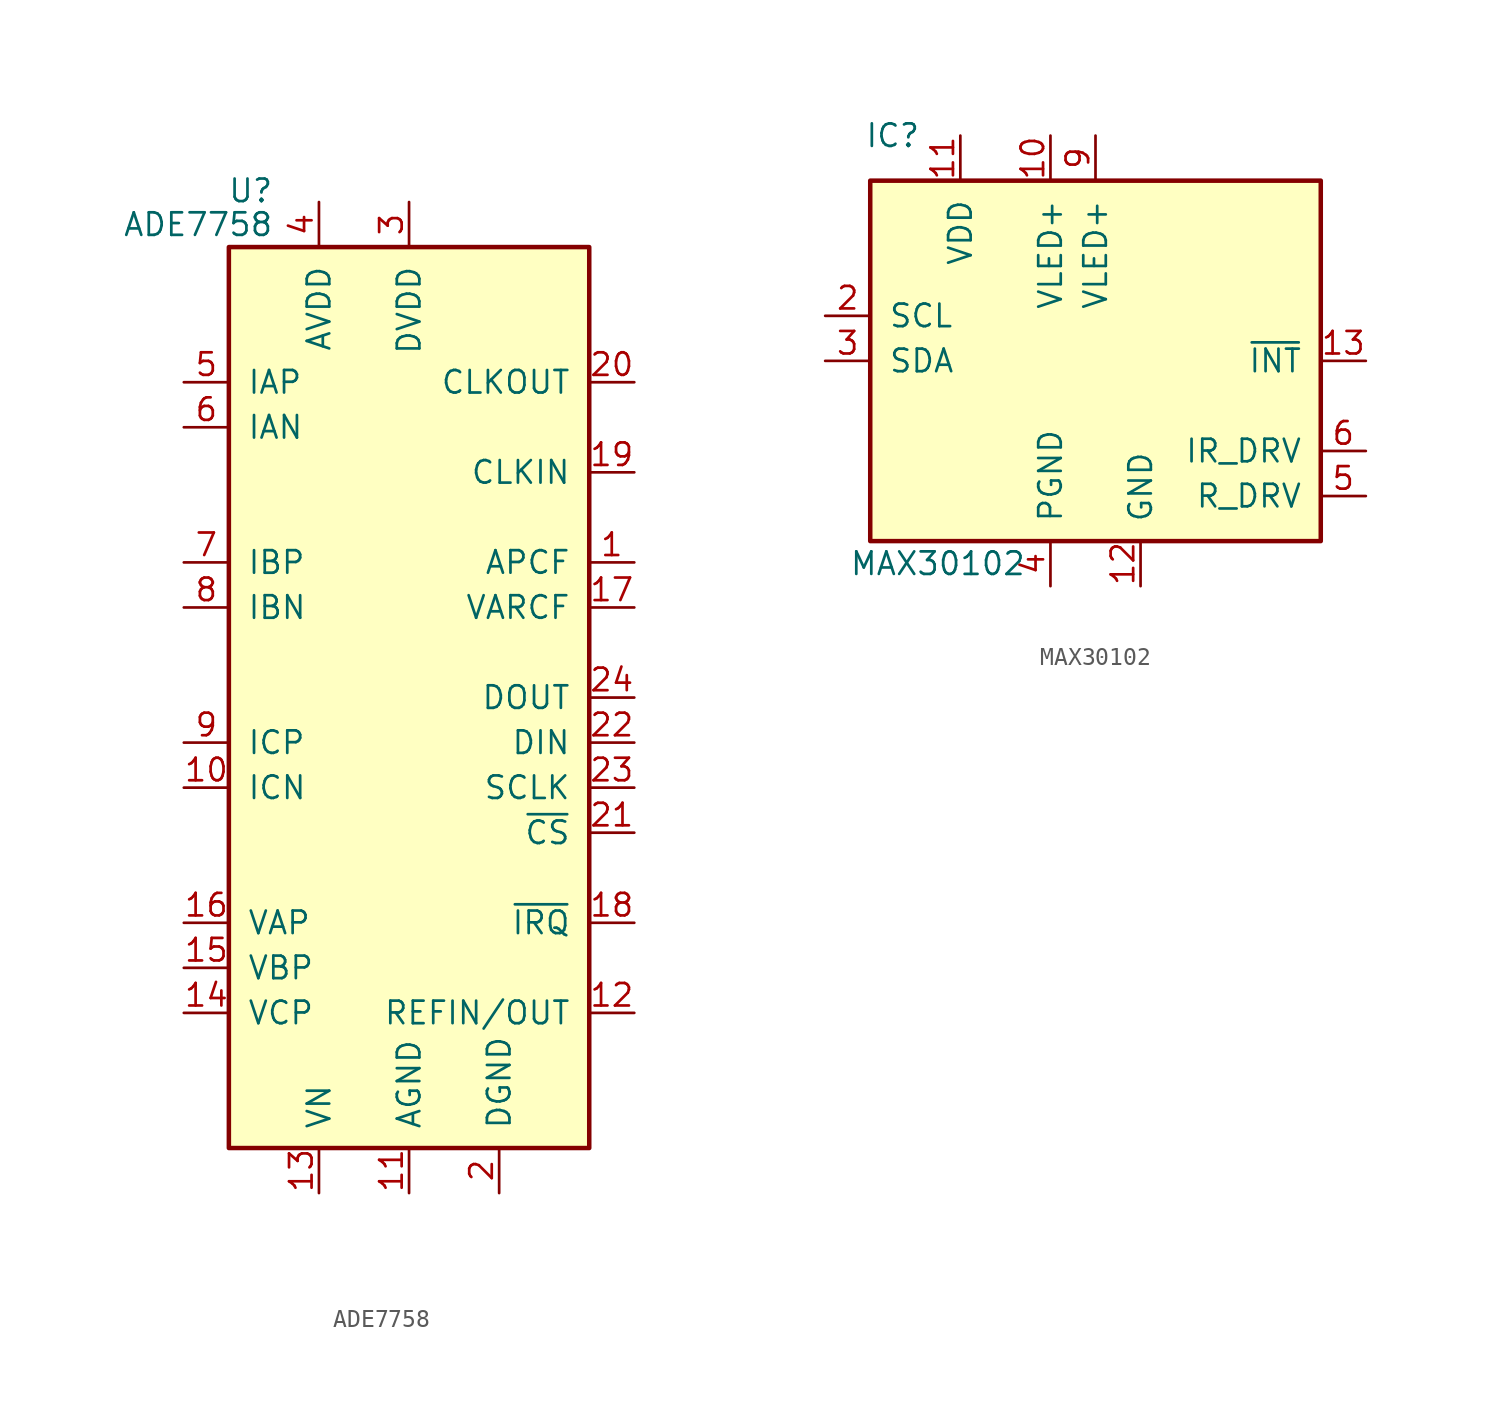
<source format=kicad_sym>
(kicad_symbol_lib
  (version 20211014)
  (generator kicad_symbol_editor)
  (symbol "ADE7758"
    (pin_names
      (offset 1.016))
    (property "Reference" "U"
      (at -7.62 28.575 0)
      (effects (font (size 1.27 1.27)) (justify right)))
    (property "Value" "ADE7758"
      (at -7.62 26.67 0)
      (effects (font (size 1.27 1.27)) (justify right)))
    (symbol "ADE7758_0_1"
      (rectangle (start 10.16 -25.4) (end -10.16 25.4) (stroke (width 0.254) (type default) (color 0 0 0 0)) (fill (type background))))
    (symbol "ADE7758_1_1"
      (pin output line (at 12.7 7.62 180) (length 2.54) (name "APCF" (effects (font (size 1.27 1.27)))) (number "1" (effects (font (size 1.27 1.27)))))
      (pin input line (at -12.7 -5.08 0) (length 2.54) (name "ICN" (effects (font (size 1.27 1.27)))) (number "10" (effects (font (size 1.27 1.27)))))
      (pin power_in line (at 0 -27.94 90) (length 2.54) (name "AGND" (effects (font (size 1.27 1.27)))) (number "11" (effects (font (size 1.27 1.27)))))
      (pin input line (at 12.7 -17.78 180) (length 2.54) (name "REFIN/OUT" (effects (font (size 1.27 1.27)))) (number "12" (effects (font (size 1.27 1.27)))))
      (pin power_in line (at -5.08 -27.94 90) (length 2.54) (name "VN" (effects (font (size 1.27 1.27)))) (number "13" (effects (font (size 1.27 1.27)))))
      (pin input line (at -12.7 -17.78 0) (length 2.54) (name "VCP" (effects (font (size 1.27 1.27)))) (number "14" (effects (font (size 1.27 1.27)))))
      (pin input line (at -12.7 -15.24 0) (length 2.54) (name "VBP" (effects (font (size 1.27 1.27)))) (number "15" (effects (font (size 1.27 1.27)))))
      (pin input line (at -12.7 -12.7 0) (length 2.54) (name "VAP" (effects (font (size 1.27 1.27)))) (number "16" (effects (font (size 1.27 1.27)))))
      (pin output line (at 12.7 5.08 180) (length 2.54) (name "VARCF" (effects (font (size 1.27 1.27)))) (number "17" (effects (font (size 1.27 1.27)))))
      (pin open_collector line (at 12.7 -12.7 180) (length 2.54) (name "~{IRQ}" (effects (font (size 1.27 1.27)))) (number "18" (effects (font (size 1.27 1.27)))))
      (pin input line (at 12.7 12.7 180) (length 2.54) (name "CLKIN" (effects (font (size 1.27 1.27)))) (number "19" (effects (font (size 1.27 1.27)))))
      (pin power_in line (at 5.08 -27.94 90) (length 2.54) (name "DGND" (effects (font (size 1.27 1.27)))) (number "2" (effects (font (size 1.27 1.27)))))
      (pin output line (at 12.7 17.78 180) (length 2.54) (name "CLKOUT" (effects (font (size 1.27 1.27)))) (number "20" (effects (font (size 1.27 1.27)))))
      (pin input line (at 12.7 -7.62 180) (length 2.54) (name "~{CS}" (effects (font (size 1.27 1.27)))) (number "21" (effects (font (size 1.27 1.27)))))
      (pin input line (at 12.7 -2.54 180) (length 2.54) (name "DIN" (effects (font (size 1.27 1.27)))) (number "22" (effects (font (size 1.27 1.27)))))
      (pin input line (at 12.7 -5.08 180) (length 2.54) (name "SCLK" (effects (font (size 1.27 1.27)))) (number "23" (effects (font (size 1.27 1.27)))))
      (pin output line (at 12.7 0 180) (length 2.54) (name "DOUT" (effects (font (size 1.27 1.27)))) (number "24" (effects (font (size 1.27 1.27)))))
      (pin power_in line (at 0 27.94 270) (length 2.54) (name "DVDD" (effects (font (size 1.27 1.27)))) (number "3" (effects (font (size 1.27 1.27)))))
      (pin power_in line (at -5.08 27.94 270) (length 2.54) (name "AVDD" (effects (font (size 1.27 1.27)))) (number "4" (effects (font (size 1.27 1.27)))))
      (pin input line (at -12.7 17.78 0) (length 2.54) (name "IAP" (effects (font (size 1.27 1.27)))) (number "5" (effects (font (size 1.27 1.27)))))
      (pin input line (at -12.7 15.24 0) (length 2.54) (name "IAN" (effects (font (size 1.27 1.27)))) (number "6" (effects (font (size 1.27 1.27)))))
      (pin input line (at -12.7 7.62 0) (length 2.54) (name "IBP" (effects (font (size 1.27 1.27)))) (number "7" (effects (font (size 1.27 1.27)))))
      (pin input line (at -12.7 5.08 0) (length 2.54) (name "IBN" (effects (font (size 1.27 1.27)))) (number "8" (effects (font (size 1.27 1.27)))))
      (pin input line (at -12.7 -2.54 0) (length 2.54) (name "ICP" (effects (font (size 1.27 1.27)))) (number "9" (effects (font (size 1.27 1.27)))))))
  (symbol "MAX30102"
    (pin_names
      (offset 1.016))
    (property "Reference" "IC"
      (at -11.43 12.7 0)
      (effects (font (size 1.27 1.27))))
    (property "Value" "MAX30102"
      (at -8.89 -11.43 0)
      (effects (font (size 1.27 1.27))))
    (symbol "MAX30102_0_1"
      (rectangle (start -12.7 10.16) (end 12.7 -10.16) (stroke (width 0.254) (type default) (color 0 0 0 0)) (fill (type background))))
    (symbol "MAX30102_1_1"
      (pin no_connect line (at 10.16 10.16 180) (length 2.54) hide (name "NC" (effects (font (size 1.27 1.27)))) (number "1" (effects (font (size 1.27 1.27)))))
      (pin power_in line (at -2.54 12.7 270) (length 2.54) (name "VLED+" (effects (font (size 1.27 1.27)))) (number "10" (effects (font (size 1.27 1.27)))))
      (pin power_in line (at -7.62 12.7 270) (length 2.54) (name "VDD" (effects (font (size 1.27 1.27)))) (number "11" (effects (font (size 1.27 1.27)))))
      (pin power_in line (at 2.54 -12.7 90) (length 2.54) (name "GND" (effects (font (size 1.27 1.27)))) (number "12" (effects (font (size 1.27 1.27)))))
      (pin output line (at 15.24 0 180) (length 2.54) (name "~{INT}" (effects (font (size 1.27 1.27)))) (number "13" (effects (font (size 1.27 1.27)))))
      (pin no_connect line (at 10.16 2.54 180) (length 2.54) hide (name "NC" (effects (font (size 1.27 1.27)))) (number "14" (effects (font (size 1.27 1.27)))))
      (pin input line (at -15.24 2.54 0) (length 2.54) (name "SCL" (effects (font (size 1.27 1.27)))) (number "2" (effects (font (size 1.27 1.27)))))
      (pin bidirectional line (at -15.24 0 0) (length 2.54) (name "SDA" (effects (font (size 1.27 1.27)))) (number "3" (effects (font (size 1.27 1.27)))))
      (pin power_in line (at -2.54 -12.7 90) (length 2.54) (name "PGND" (effects (font (size 1.27 1.27)))) (number "4" (effects (font (size 1.27 1.27)))))
      (pin output line (at 15.24 -7.62 180) (length 2.54) (name "R_DRV" (effects (font (size 1.27 1.27)))) (number "5" (effects (font (size 1.27 1.27)))))
      (pin output line (at 15.24 -5.08 180) (length 2.54) (name "IR_DRV" (effects (font (size 1.27 1.27)))) (number "6" (effects (font (size 1.27 1.27)))))
      (pin no_connect line (at 10.16 7.62 180) (length 2.54) hide (name "NC" (effects (font (size 1.27 1.27)))) (number "7" (effects (font (size 1.27 1.27)))))
      (pin no_connect line (at 10.16 5.08 180) (length 2.54) hide (name "NC" (effects (font (size 1.27 1.27)))) (number "8" (effects (font (size 1.27 1.27)))))
      (pin power_in line (at 0 12.7 270) (length 2.54) (name "VLED+" (effects (font (size 1.27 1.27)))) (number "9" (effects (font (size 1.27 1.27))))))))
</source>
